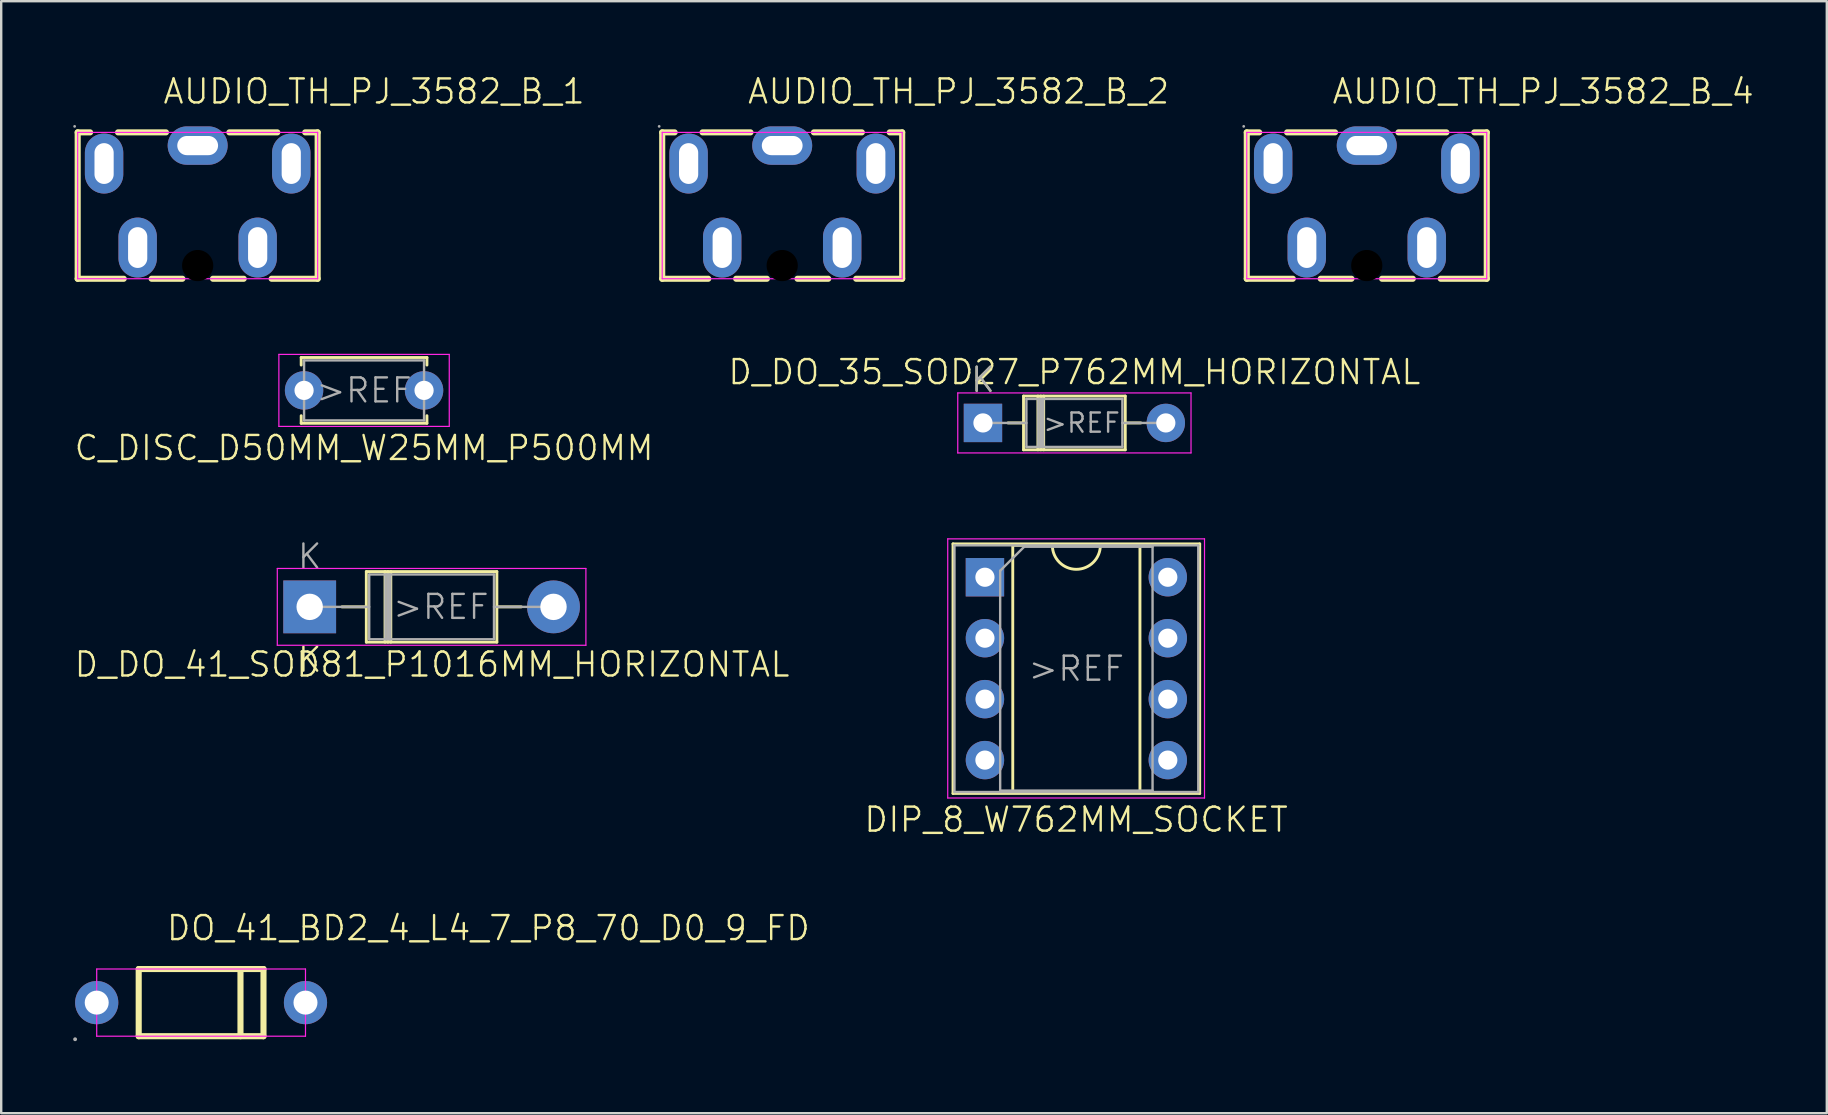
<source format=kicad_pcb>
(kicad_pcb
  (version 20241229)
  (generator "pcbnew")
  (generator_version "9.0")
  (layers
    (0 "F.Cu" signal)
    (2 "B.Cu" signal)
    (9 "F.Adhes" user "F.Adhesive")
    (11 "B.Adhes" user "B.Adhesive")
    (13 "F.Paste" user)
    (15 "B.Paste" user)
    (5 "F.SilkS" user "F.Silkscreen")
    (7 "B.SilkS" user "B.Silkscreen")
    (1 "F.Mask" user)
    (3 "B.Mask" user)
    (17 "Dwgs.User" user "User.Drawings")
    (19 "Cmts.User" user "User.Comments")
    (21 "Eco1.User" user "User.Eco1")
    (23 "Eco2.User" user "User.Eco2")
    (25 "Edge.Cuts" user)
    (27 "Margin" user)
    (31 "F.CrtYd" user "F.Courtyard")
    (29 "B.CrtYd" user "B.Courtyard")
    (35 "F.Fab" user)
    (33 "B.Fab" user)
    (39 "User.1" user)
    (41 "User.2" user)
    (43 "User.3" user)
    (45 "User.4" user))
  (footprint "AUDIO_TH_PJ_3582_B_2"
    (layer "F.Cu")
    (at 29.545 5.516)
    (property "Reference" "AUDIO_TH_PJ_3582_B_2" (at -1.5 -4.756 0) (layer "F.SilkS") (effects (font (size 1 1) (thickness 0.1)) (justify left)))
    (fp_line (start -5 -3.05) (end -5 3.05) (stroke (width 0.254) (type solid)) (layer "F.SilkS"))
    (fp_line (start -5 3.05) (end -3.082 3.05) (stroke (width 0.254) (type solid)) (layer "F.SilkS"))
    (fp_line (start -4.482 -3.05) (end -5 -3.05) (stroke (width 0.254) (type solid)) (layer "F.SilkS"))
    (fp_line (start -1.918 3.05) (end -0.638 3.05) (stroke (width 0.254) (type solid)) (layer "F.SilkS"))
    (fp_line (start -1.322 -3.05) (end -3.318 -3.05) (stroke (width 0.254) (type solid)) (layer "F.SilkS"))
    (fp_line (start 0.638 3.05) (end 1.918 3.05) (stroke (width 0.254) (type solid)) (layer "F.SilkS"))
    (fp_line (start 3.082 3.05) (end 5 3.05) (stroke (width 0.254) (type solid)) (layer "F.SilkS"))
    (fp_line (start 3.318 -3.05) (end 1.322 -3.05) (stroke (width 0.254) (type solid)) (layer "F.SilkS"))
    (fp_line (start 5 -3.05) (end 4.482 -3.05) (stroke (width 0.254) (type solid)) (layer "F.SilkS"))
    (fp_line (start 5 -3.05) (end 5 3.05) (stroke (width 0.254) (type solid)) (layer "F.SilkS"))
    (fp_line (start -5 -3.05) (end -5 3.05) (stroke (width 0.05) (type solid)) (layer "F.CrtYd"))
    (fp_line (start -5 3.05) (end 5 3.05) (stroke (width 0.05) (type solid)) (layer "F.CrtYd"))
    (fp_line (start 5 -3.05) (end -5 -3.05) (stroke (width 0.05) (type solid)) (layer "F.CrtYd"))
    (fp_line (start 5 3.05) (end 5 -3.05) (stroke (width 0.05) (type solid)) (layer "F.CrtYd"))
    (fp_arc (start -5.097 -3.3) (mid -5.157 -3.3) (end -5.097 -3.3) (stroke (width 0.06) (type solid)) (layer "F.Fab"))
    (pad "" np_thru_hole circle (at 0 2.5) (size 1.3 1.3) (drill 1.3) (layers "*.Mask"))
    (pad "2" thru_hole oval (at 0 -2.5 90) (size 1.6 2.5) (drill oval 0.8 1.7) (layers "*.Cu" "*.Mask"))
    (pad "3" thru_hole oval (at -3.9 -1.751 180) (size 1.6 2.5) (drill oval 0.8 1.7) (layers "*.Cu" "*.Mask"))
    (pad "4" thru_hole oval (at -2.5 1.75) (size 1.6 2.5) (drill oval 0.8 1.7) (layers "*.Cu" "*.Mask"))
    (pad "5" thru_hole oval (at 2.5 1.75) (size 1.6 2.5) (drill oval 0.8 1.7) (layers "*.Cu" "*.Mask"))
    (pad "6" thru_hole oval (at 3.9 -1.751) (size 1.6 2.5) (drill oval 0.8 1.7) (layers "*.Cu" "*.Mask")))
  (footprint "D_DO_41_SOD81_P1016MM_HORIZONTAL"
    (layer "F.Cu")
    (at 9.855 22.239)
    (property "Reference" "D_DO_41_SOD81_P1016MM_HORIZONTAL" (at 5.1 2.4 0) (layer "F.SilkS") (effects (font (size 1 1) (thickness 0.1))))
    (fp_line (start 1.34 0) (end 2.36 0) (stroke (width 0.12) (type solid)) (layer "F.SilkS"))
    (fp_line (start 2.36 -1.47) (end 2.36 1.47) (stroke (width 0.12) (type solid)) (layer "F.SilkS"))
    (fp_line (start 2.36 1.47) (end 7.8 1.47) (stroke (width 0.12) (type solid)) (layer "F.SilkS"))
    (fp_line (start 3.14 -1.47) (end 3.14 1.47) (stroke (width 0.12) (type solid)) (layer "F.SilkS"))
    (fp_line (start 3.26 -1.47) (end 3.26 1.47) (stroke (width 0.12) (type solid)) (layer "F.SilkS"))
    (fp_line (start 3.38 -1.47) (end 3.38 1.47) (stroke (width 0.12) (type solid)) (layer "F.SilkS"))
    (fp_line (start 7.8 -1.47) (end 2.36 -1.47) (stroke (width 0.12) (type solid)) (layer "F.SilkS"))
    (fp_line (start 7.8 1.47) (end 7.8 -1.47) (stroke (width 0.12) (type solid)) (layer "F.SilkS"))
    (fp_line (start 8.82 0) (end 7.8 0) (stroke (width 0.12) (type solid)) (layer "F.SilkS"))
    (fp_line (start -1.35 -1.6) (end -1.35 1.6) (stroke (width 0.05) (type solid)) (layer "F.CrtYd"))
    (fp_line (start -1.35 1.6) (end 11.51 1.6) (stroke (width 0.05) (type solid)) (layer "F.CrtYd"))
    (fp_line (start 11.51 -1.6) (end -1.35 -1.6) (stroke (width 0.05) (type solid)) (layer "F.CrtYd"))
    (fp_line (start 11.51 1.6) (end 11.51 -1.6) (stroke (width 0.05) (type solid)) (layer "F.CrtYd"))
    (fp_line (start 0 0) (end 2.48 0) (stroke (width 0.1) (type solid)) (layer "F.Fab"))
    (fp_line (start 2.48 -1.35) (end 2.48 1.35) (stroke (width 0.1) (type solid)) (layer "F.Fab"))
    (fp_line (start 2.48 1.35) (end 7.68 1.35) (stroke (width 0.1) (type solid)) (layer "F.Fab"))
    (fp_line (start 3.16 -1.35) (end 3.16 1.35) (stroke (width 0.1) (type solid)) (layer "F.Fab"))
    (fp_line (start 3.26 -1.35) (end 3.26 1.35) (stroke (width 0.1) (type solid)) (layer "F.Fab"))
    (fp_line (start 3.36 -1.35) (end 3.36 1.35) (stroke (width 0.1) (type solid)) (layer "F.Fab"))
    (fp_line (start 7.68 -1.35) (end 2.48 -1.35) (stroke (width 0.1) (type solid)) (layer "F.Fab"))
    (fp_line (start 7.68 1.35) (end 7.68 -1.35) (stroke (width 0.1) (type solid)) (layer "F.Fab"))
    (fp_line (start 10.16 0) (end 7.68 0) (stroke (width 0.1) (type solid)) (layer "F.Fab"))
    (fp_text user "K" (at 0 2.2 0) (layer "F.SilkS") (effects (font (size 1 1) (thickness 0.1))))
    (fp_text user ">REF" (at 5.47 0 0) (layer "F.Fab") (effects (font (size 1 1) (thickness 0.1))))
    (fp_text user "K" (at 0 -2.1 0) (layer "F.Fab") (effects (font (size 1 1) (thickness 0.1))))
    (pad "1" thru_hole rect (at 0 0) (size 2.2 2.2) (drill 1.1) (layers "*.Cu" "*.Mask"))
    (pad "2" thru_hole oval (at 10.16 0) (size 2.2 2.2) (drill 1.1) (layers "*.Cu" "*.Mask")))
  (footprint "DO_41_BD2_4_L4_7_P8_70_D0_9_FD"
    (layer "F.Cu")
    (at 5.33 38.73)
    (property "Reference" "DO_41_BD2_4_L4_7_P8_70_D0_9_FD" (at -1.5 -3.106 0) (layer "F.SilkS") (effects (font (size 1 1) (thickness 0.1)) (justify left)))
    (fp_line (start -2.6 1.4) (end -2.6 -1.4) (stroke (width 0.254) (type solid)) (layer "F.SilkS"))
    (fp_line (start 1.641 1.4) (end 1.641 -1.4) (stroke (width 0.254) (type solid)) (layer "F.SilkS"))
    (fp_line (start 2.6 -1.4) (end -2.6 -1.4) (stroke (width 0.254) (type solid)) (layer "F.SilkS"))
    (fp_line (start 2.6 1.4) (end -2.6 1.4) (stroke (width 0.254) (type solid)) (layer "F.SilkS"))
    (fp_line (start 2.6 1.4) (end 2.6 -1.4) (stroke (width 0.254) (type solid)) (layer "F.SilkS"))
    (fp_line (start -4.35 -1.4) (end -4.35 1.4) (stroke (width 0.05) (type solid)) (layer "F.CrtYd"))
    (fp_line (start -4.35 1.4) (end 4.35 1.4) (stroke (width 0.05) (type solid)) (layer "F.CrtYd"))
    (fp_line (start 4.35 -1.4) (end -4.35 -1.4) (stroke (width 0.05) (type solid)) (layer "F.CrtYd"))
    (fp_line (start 4.35 1.4) (end 4.35 -1.4) (stroke (width 0.05) (type solid)) (layer "F.CrtYd"))
    (fp_poly (pts (xy -5.22 1.527) (xy -5.221 1.521) (xy -5.222 1.516) (xy -5.225 1.51) (xy -5.229 1.506) (xy -5.233 1.502) (xy -5.239 1.499) (xy -5.244 1.498) (xy -5.25 1.497) (xy -5.256 1.498) (xy -5.261 1.499) (xy -5.267 1.502) (xy -5.271 1.506) (xy -5.275 1.51) (xy -5.278 1.516) (xy -5.279 1.521) (xy -5.28 1.527) (xy -5.279 1.533) (xy -5.278 1.538) (xy -5.275 1.544) (xy -5.271 1.548) (xy -5.267 1.552) (xy -5.261 1.555) (xy -5.256 1.556) (xy -5.25 1.557) (xy -5.244 1.556) (xy -5.239 1.555) (xy -5.233 1.552) (xy -5.229 1.548) (xy -5.225 1.544) (xy -5.222 1.538) (xy -5.221 1.533)) (stroke (width 0.1) (type solid)) (fill no) (layer "F.Fab"))
    (pad "1" thru_hole circle (at -4.35 0) (size 1.8 1.8) (drill 1) (layers "*.Cu" "*.Mask"))
    (pad "2" thru_hole circle (at 4.35 0) (size 1.8 1.8) (drill 1) (layers "*.Cu" "*.Mask")))
  (footprint "D_DO_35_SOD27_P762MM_HORIZONTAL"
    (layer "F.Cu")
    (at 37.911 14.574)
    (property "Reference" "D_DO_35_SOD27_P762MM_HORIZONTAL" (at 3.81 -2.12 0) (layer "F.SilkS") (effects (font (size 1 1) (thickness 0.1))))
    (fp_line (start 1.04 0) (end 1.69 0) (stroke (width 0.12) (type solid)) (layer "F.SilkS"))
    (fp_line (start 1.69 -1.12) (end 1.69 1.12) (stroke (width 0.12) (type solid)) (layer "F.SilkS"))
    (fp_line (start 1.69 1.12) (end 5.93 1.12) (stroke (width 0.12) (type solid)) (layer "F.SilkS"))
    (fp_line (start 2.29 -1.12) (end 2.29 1.12) (stroke (width 0.12) (type solid)) (layer "F.SilkS"))
    (fp_line (start 2.41 -1.12) (end 2.41 1.12) (stroke (width 0.12) (type solid)) (layer "F.SilkS"))
    (fp_line (start 2.53 -1.12) (end 2.53 1.12) (stroke (width 0.12) (type solid)) (layer "F.SilkS"))
    (fp_line (start 5.93 -1.12) (end 1.69 -1.12) (stroke (width 0.12) (type solid)) (layer "F.SilkS"))
    (fp_line (start 5.93 1.12) (end 5.93 -1.12) (stroke (width 0.12) (type solid)) (layer "F.SilkS"))
    (fp_line (start 6.58 0) (end 5.93 0) (stroke (width 0.12) (type solid)) (layer "F.SilkS"))
    (fp_line (start -1.05 -1.25) (end -1.05 1.25) (stroke (width 0.05) (type solid)) (layer "F.CrtYd"))
    (fp_line (start -1.05 1.25) (end 8.67 1.25) (stroke (width 0.05) (type solid)) (layer "F.CrtYd"))
    (fp_line (start 8.67 -1.25) (end -1.05 -1.25) (stroke (width 0.05) (type solid)) (layer "F.CrtYd"))
    (fp_line (start 8.67 1.25) (end 8.67 -1.25) (stroke (width 0.05) (type solid)) (layer "F.CrtYd"))
    (fp_line (start 0 0) (end 1.81 0) (stroke (width 0.1) (type solid)) (layer "F.Fab"))
    (fp_line (start 1.81 -1) (end 1.81 1) (stroke (width 0.1) (type solid)) (layer "F.Fab"))
    (fp_line (start 1.81 1) (end 5.81 1) (stroke (width 0.1) (type solid)) (layer "F.Fab"))
    (fp_line (start 2.31 -1) (end 2.31 1) (stroke (width 0.1) (type solid)) (layer "F.Fab"))
    (fp_line (start 2.41 -1) (end 2.41 1) (stroke (width 0.1) (type solid)) (layer "F.Fab"))
    (fp_line (start 2.51 -1) (end 2.51 1) (stroke (width 0.1) (type solid)) (layer "F.Fab"))
    (fp_line (start 5.81 -1) (end 1.81 -1) (stroke (width 0.1) (type solid)) (layer "F.Fab"))
    (fp_line (start 5.81 1) (end 5.81 -1) (stroke (width 0.1) (type solid)) (layer "F.Fab"))
    (fp_line (start 7.62 0) (end 5.81 0) (stroke (width 0.1) (type solid)) (layer "F.Fab"))
    (fp_text user "K" (at 0 -1.8 0) (layer "F.SilkS") (effects (font (size 1 1) (thickness 0.1))))
    (fp_text user "K" (at 0 -1.8 0) (layer "F.Fab") (effects (font (size 1 1) (thickness 0.1))))
    (fp_text user ">REF" (at 4.11 0 0) (layer "F.Fab") (effects (font (size 0.8 0.8) (thickness 0.1))))
    (pad "1" thru_hole rect (at 0 0) (size 1.6 1.6) (drill 0.8) (layers "*.Cu" "*.Mask"))
    (pad "2" thru_hole oval (at 7.62 0) (size 1.6 1.6) (drill 0.8) (layers "*.Cu" "*.Mask")))
  (footprint "DIP_8_W762MM_SOCKET"
    (layer "F.Cu")
    (at 37.993 21.004)
    (property "Reference" "DIP_8_W762MM_SOCKET" (at 3.8 10.1 0) (layer "F.SilkS") (effects (font (size 1 1) (thickness 0.1))))
    (fp_line (start -1.33 -1.39) (end -1.33 9.01) (stroke (width 0.12) (type solid)) (layer "F.SilkS"))
    (fp_line (start -1.33 9.01) (end 8.95 9.01) (stroke (width 0.12) (type solid)) (layer "F.SilkS"))
    (fp_line (start 1.16 -1.33) (end 1.16 8.95) (stroke (width 0.12) (type solid)) (layer "F.SilkS"))
    (fp_line (start 1.16 8.95) (end 6.46 8.95) (stroke (width 0.12) (type solid)) (layer "F.SilkS"))
    (fp_line (start 2.81 -1.33) (end 1.16 -1.33) (stroke (width 0.12) (type solid)) (layer "F.SilkS"))
    (fp_line (start 6.46 -1.33) (end 4.81 -1.33) (stroke (width 0.12) (type solid)) (layer "F.SilkS"))
    (fp_line (start 6.46 8.95) (end 6.46 -1.33) (stroke (width 0.12) (type solid)) (layer "F.SilkS"))
    (fp_line (start 8.95 -1.39) (end -1.33 -1.39) (stroke (width 0.12) (type solid)) (layer "F.SilkS"))
    (fp_line (start 8.95 9.01) (end 8.95 -1.39) (stroke (width 0.12) (type solid)) (layer "F.SilkS"))
    (fp_arc (start 4.81 -1.33) (mid 3.81 -0.33) (end 2.81 -1.33) (stroke (width 0.12) (type solid)) (layer "F.SilkS"))
    (fp_line (start -1.55 -1.6) (end -1.55 9.2) (stroke (width 0.05) (type solid)) (layer "F.CrtYd"))
    (fp_line (start -1.55 9.2) (end 9.15 9.2) (stroke (width 0.05) (type solid)) (layer "F.CrtYd"))
    (fp_line (start 9.15 -1.6) (end -1.55 -1.6) (stroke (width 0.05) (type solid)) (layer "F.CrtYd"))
    (fp_line (start 9.15 9.2) (end 9.15 -1.6) (stroke (width 0.05) (type solid)) (layer "F.CrtYd"))
    (fp_line (start -1.27 -1.33) (end -1.27 8.95) (stroke (width 0.1) (type solid)) (layer "F.Fab"))
    (fp_line (start -1.27 8.95) (end 8.89 8.95) (stroke (width 0.1) (type solid)) (layer "F.Fab"))
    (fp_line (start 0.635 -0.27) (end 1.635 -1.27) (stroke (width 0.1) (type solid)) (layer "F.Fab"))
    (fp_line (start 0.635 8.89) (end 0.635 -0.27) (stroke (width 0.1) (type solid)) (layer "F.Fab"))
    (fp_line (start 1.635 -1.27) (end 6.985 -1.27) (stroke (width 0.1) (type solid)) (layer "F.Fab"))
    (fp_line (start 6.985 -1.27) (end 6.985 8.89) (stroke (width 0.1) (type solid)) (layer "F.Fab"))
    (fp_line (start 6.985 8.89) (end 0.635 8.89) (stroke (width 0.1) (type solid)) (layer "F.Fab"))
    (fp_line (start 8.89 -1.33) (end -1.27 -1.33) (stroke (width 0.1) (type solid)) (layer "F.Fab"))
    (fp_line (start 8.89 8.95) (end 8.89 -1.33) (stroke (width 0.1) (type solid)) (layer "F.Fab"))
    (fp_text user ">REF" (at 3.81 3.81 0) (layer "F.Fab") (effects (font (size 1 1) (thickness 0.1))))
    (pad "1" thru_hole rect (at 0 0) (size 1.6 1.6) (drill 0.8) (layers "*.Cu" "*.Mask"))
    (pad "2" thru_hole oval (at 0 2.54) (size 1.6 1.6) (drill 0.8) (layers "*.Cu" "*.Mask"))
    (pad "3" thru_hole oval (at 0 5.08) (size 1.6 1.6) (drill 0.8) (layers "*.Cu" "*.Mask"))
    (pad "4" thru_hole oval (at 0 7.62) (size 1.6 1.6) (drill 0.8) (layers "*.Cu" "*.Mask"))
    (pad "5" thru_hole oval (at 7.62 7.62) (size 1.6 1.6) (drill 0.8) (layers "*.Cu" "*.Mask"))
    (pad "6" thru_hole oval (at 7.62 5.08) (size 1.6 1.6) (drill 0.8) (layers "*.Cu" "*.Mask"))
    (pad "7" thru_hole oval (at 7.62 2.54) (size 1.6 1.6) (drill 0.8) (layers "*.Cu" "*.Mask"))
    (pad "8" thru_hole oval (at 7.62 0) (size 1.6 1.6) (drill 0.8) (layers "*.Cu" "*.Mask")))
  (footprint "AUDIO_TH_PJ_3582_B_4"
    (layer "F.Cu")
    (at 53.904 5.516)
    (property "Reference" "AUDIO_TH_PJ_3582_B_4" (at -1.5 -4.756 0) (layer "F.SilkS") (effects (font (size 1 1) (thickness 0.1)) (justify left)))
    (fp_line (start -5 -3.05) (end -5 3.05) (stroke (width 0.254) (type solid)) (layer "F.SilkS"))
    (fp_line (start -5 3.05) (end -3.082 3.05) (stroke (width 0.254) (type solid)) (layer "F.SilkS"))
    (fp_line (start -4.482 -3.05) (end -5 -3.05) (stroke (width 0.254) (type solid)) (layer "F.SilkS"))
    (fp_line (start -1.918 3.05) (end -0.638 3.05) (stroke (width 0.254) (type solid)) (layer "F.SilkS"))
    (fp_line (start -1.322 -3.05) (end -3.318 -3.05) (stroke (width 0.254) (type solid)) (layer "F.SilkS"))
    (fp_line (start 0.638 3.05) (end 1.918 3.05) (stroke (width 0.254) (type solid)) (layer "F.SilkS"))
    (fp_line (start 3.082 3.05) (end 5 3.05) (stroke (width 0.254) (type solid)) (layer "F.SilkS"))
    (fp_line (start 3.318 -3.05) (end 1.322 -3.05) (stroke (width 0.254) (type solid)) (layer "F.SilkS"))
    (fp_line (start 5 -3.05) (end 4.482 -3.05) (stroke (width 0.254) (type solid)) (layer "F.SilkS"))
    (fp_line (start 5 -3.05) (end 5 3.05) (stroke (width 0.254) (type solid)) (layer "F.SilkS"))
    (fp_line (start -5 -3.05) (end -5 3.05) (stroke (width 0.05) (type solid)) (layer "F.CrtYd"))
    (fp_line (start -5 3.05) (end 5 3.05) (stroke (width 0.05) (type solid)) (layer "F.CrtYd"))
    (fp_line (start 5 -3.05) (end -5 -3.05) (stroke (width 0.05) (type solid)) (layer "F.CrtYd"))
    (fp_line (start 5 3.05) (end 5 -3.05) (stroke (width 0.05) (type solid)) (layer "F.CrtYd"))
    (fp_arc (start -5.097 -3.3) (mid -5.157 -3.3) (end -5.097 -3.3) (stroke (width 0.06) (type solid)) (layer "F.Fab"))
    (pad "" np_thru_hole circle (at 0 2.5) (size 1.3 1.3) (drill 1.3) (layers "*.Mask"))
    (pad "2" thru_hole oval (at 0 -2.5 90) (size 1.6 2.5) (drill oval 0.8 1.7) (layers "*.Cu" "*.Mask"))
    (pad "3" thru_hole oval (at -3.9 -1.751 180) (size 1.6 2.5) (drill oval 0.8 1.7) (layers "*.Cu" "*.Mask"))
    (pad "4" thru_hole oval (at -2.5 1.75) (size 1.6 2.5) (drill oval 0.8 1.7) (layers "*.Cu" "*.Mask"))
    (pad "5" thru_hole oval (at 2.5 1.75) (size 1.6 2.5) (drill oval 0.8 1.7) (layers "*.Cu" "*.Mask"))
    (pad "6" thru_hole oval (at 3.9 -1.751) (size 1.6 2.5) (drill oval 0.8 1.7) (layers "*.Cu" "*.Mask")))
  (footprint "C_DISC_D50MM_W25MM_P500MM"
    (layer "F.Cu")
    (at 9.621 13.218)
    (property "Reference" "C_DISC_D50MM_W25MM_P500MM" (at 2.5 2.4 0) (layer "F.SilkS") (effects (font (size 1 1) (thickness 0.1))))
    (fp_line (start -0.12 -1.37) (end -0.12 -1.055) (stroke (width 0.12) (type solid)) (layer "F.SilkS"))
    (fp_line (start -0.12 -1.37) (end 5.12 -1.37) (stroke (width 0.12) (type solid)) (layer "F.SilkS"))
    (fp_line (start -0.12 1.055) (end -0.12 1.37) (stroke (width 0.12) (type solid)) (layer "F.SilkS"))
    (fp_line (start -0.12 1.37) (end 5.12 1.37) (stroke (width 0.12) (type solid)) (layer "F.SilkS"))
    (fp_line (start 5.12 -1.37) (end 5.12 -1.055) (stroke (width 0.12) (type solid)) (layer "F.SilkS"))
    (fp_line (start 5.12 1.055) (end 5.12 1.37) (stroke (width 0.12) (type solid)) (layer "F.SilkS"))
    (fp_line (start -1.05 -1.5) (end -1.05 1.5) (stroke (width 0.05) (type solid)) (layer "F.CrtYd"))
    (fp_line (start -1.05 1.5) (end 6.05 1.5) (stroke (width 0.05) (type solid)) (layer "F.CrtYd"))
    (fp_line (start 6.05 -1.5) (end -1.05 -1.5) (stroke (width 0.05) (type solid)) (layer "F.CrtYd"))
    (fp_line (start 6.05 1.5) (end 6.05 -1.5) (stroke (width 0.05) (type solid)) (layer "F.CrtYd"))
    (fp_line (start 0 -1.25) (end 0 1.25) (stroke (width 0.1) (type solid)) (layer "F.Fab"))
    (fp_line (start 0 1.25) (end 5 1.25) (stroke (width 0.1) (type solid)) (layer "F.Fab"))
    (fp_line (start 5 -1.25) (end 0 -1.25) (stroke (width 0.1) (type solid)) (layer "F.Fab"))
    (fp_line (start 5 1.25) (end 5 -1.25) (stroke (width 0.1) (type solid)) (layer "F.Fab"))
    (fp_text user ">REF" (at 2.5 0 0) (layer "F.Fab") (effects (font (size 1 1) (thickness 0.1))))
    (pad "1" thru_hole circle (at 0 0) (size 1.6 1.6) (drill 0.8) (layers "*.Cu" "*.Mask"))
    (pad "2" thru_hole circle (at 5 0) (size 1.6 1.6) (drill 0.8) (layers "*.Cu" "*.Mask")))
  (footprint "AUDIO_TH_PJ_3582_B_1"
    (layer "F.Cu")
    (at 5.187 5.516)
    (property "Reference" "AUDIO_TH_PJ_3582_B_1" (at -1.5 -4.756 0) (layer "F.SilkS") (effects (font (size 1 1) (thickness 0.1)) (justify left)))
    (fp_line (start -5 -3.05) (end -5 3.05) (stroke (width 0.254) (type solid)) (layer "F.SilkS"))
    (fp_line (start -5 3.05) (end -3.082 3.05) (stroke (width 0.254) (type solid)) (layer "F.SilkS"))
    (fp_line (start -4.482 -3.05) (end -5 -3.05) (stroke (width 0.254) (type solid)) (layer "F.SilkS"))
    (fp_line (start -1.918 3.05) (end -0.638 3.05) (stroke (width 0.254) (type solid)) (layer "F.SilkS"))
    (fp_line (start -1.322 -3.05) (end -3.318 -3.05) (stroke (width 0.254) (type solid)) (layer "F.SilkS"))
    (fp_line (start 0.638 3.05) (end 1.918 3.05) (stroke (width 0.254) (type solid)) (layer "F.SilkS"))
    (fp_line (start 3.082 3.05) (end 5 3.05) (stroke (width 0.254) (type solid)) (layer "F.SilkS"))
    (fp_line (start 3.318 -3.05) (end 1.322 -3.05) (stroke (width 0.254) (type solid)) (layer "F.SilkS"))
    (fp_line (start 5 -3.05) (end 4.482 -3.05) (stroke (width 0.254) (type solid)) (layer "F.SilkS"))
    (fp_line (start 5 -3.05) (end 5 3.05) (stroke (width 0.254) (type solid)) (layer "F.SilkS"))
    (fp_line (start -5 -3.05) (end -5 3.05) (stroke (width 0.05) (type solid)) (layer "F.CrtYd"))
    (fp_line (start -5 3.05) (end 5 3.05) (stroke (width 0.05) (type solid)) (layer "F.CrtYd"))
    (fp_line (start 5 -3.05) (end -5 -3.05) (stroke (width 0.05) (type solid)) (layer "F.CrtYd"))
    (fp_line (start 5 3.05) (end 5 -3.05) (stroke (width 0.05) (type solid)) (layer "F.CrtYd"))
    (fp_arc (start -5.097 -3.3) (mid -5.157 -3.3) (end -5.097 -3.3) (stroke (width 0.06) (type solid)) (layer "F.Fab"))
    (pad "" np_thru_hole circle (at 0 2.5) (size 1.3 1.3) (drill 1.3) (layers "*.Mask"))
    (pad "2" thru_hole oval (at 0 -2.5 90) (size 1.6 2.5) (drill oval 0.8 1.7) (layers "*.Cu" "*.Mask"))
    (pad "3" thru_hole oval (at -3.9 -1.751 180) (size 1.6 2.5) (drill oval 0.8 1.7) (layers "*.Cu" "*.Mask"))
    (pad "4" thru_hole oval (at -2.5 1.75) (size 1.6 2.5) (drill oval 0.8 1.7) (layers "*.Cu" "*.Mask"))
    (pad "5" thru_hole oval (at 2.5 1.75) (size 1.6 2.5) (drill oval 0.8 1.7) (layers "*.Cu" "*.Mask"))
    (pad "6" thru_hole oval (at 3.9 -1.751) (size 1.6 2.5) (drill oval 0.8 1.7) (layers "*.Cu" "*.Mask")))
  (gr_rect
    (start -3 -3)
    (end 73.075 43.337)
    (stroke (width 0.1) (type default))
    (fill no)
    (layer "Edge.Cuts")))
</source>
